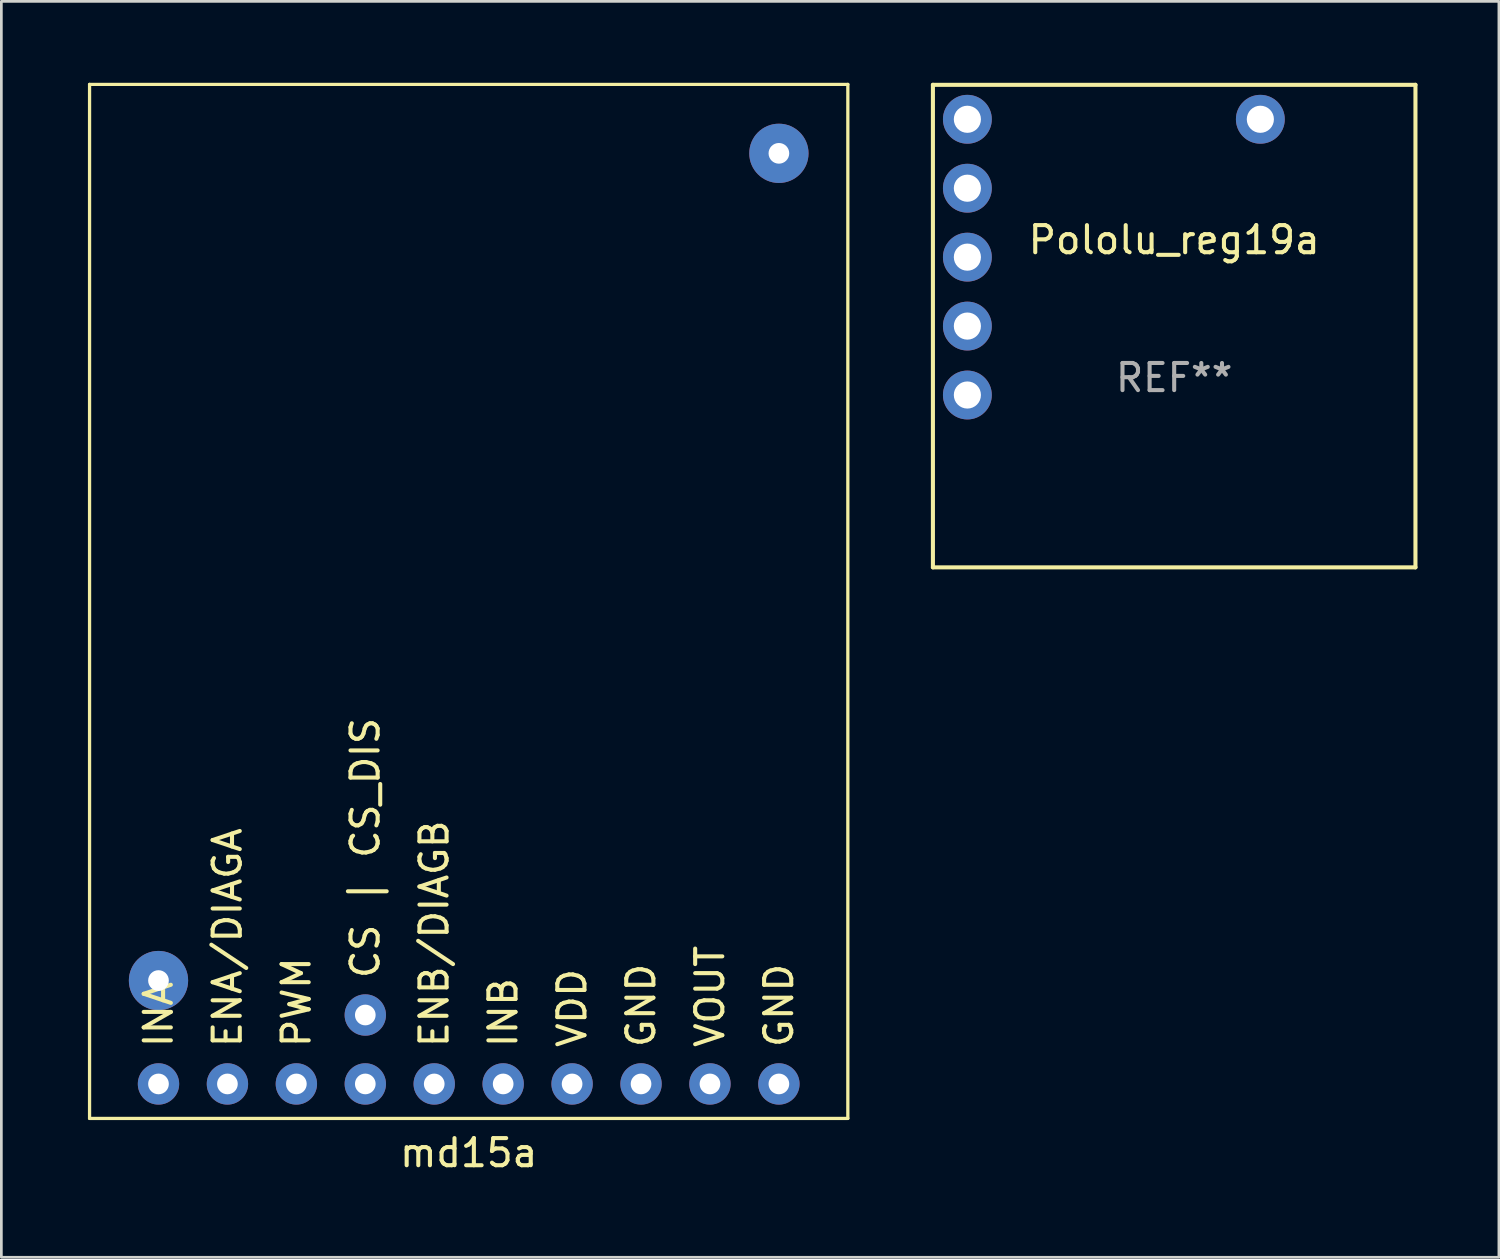
<source format=kicad_pcb>
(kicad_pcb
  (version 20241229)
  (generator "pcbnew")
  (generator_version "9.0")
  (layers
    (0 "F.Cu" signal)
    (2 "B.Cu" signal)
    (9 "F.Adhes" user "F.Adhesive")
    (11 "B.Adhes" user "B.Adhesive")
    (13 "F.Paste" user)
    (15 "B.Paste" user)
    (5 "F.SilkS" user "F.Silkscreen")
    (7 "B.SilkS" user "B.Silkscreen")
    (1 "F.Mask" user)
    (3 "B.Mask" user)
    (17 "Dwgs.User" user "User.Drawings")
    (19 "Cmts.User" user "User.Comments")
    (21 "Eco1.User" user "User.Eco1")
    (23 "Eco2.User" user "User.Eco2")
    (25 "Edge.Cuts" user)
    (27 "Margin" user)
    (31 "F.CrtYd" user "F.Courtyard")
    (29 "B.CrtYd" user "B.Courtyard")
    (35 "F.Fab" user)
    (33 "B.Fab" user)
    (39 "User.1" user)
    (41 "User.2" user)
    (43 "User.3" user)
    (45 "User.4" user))
  (footprint "Pololu_reg19a"
    (layer "F.Cu")
    (at 40.215 8.33)
    (property "Reference" "Pololu_reg19a" (at 0 -2.54 0) (layer "F.SilkS") (effects (font (size 1 1) (thickness 0.15))))
    (attr through_hole)
    (fp_line (start -8.89 -8.255) (end 8.89 -8.255) (stroke (width 0.15) (type solid)) (layer "F.SilkS"))
    (fp_line (start -8.89 9.525) (end -8.89 -8.255) (stroke (width 0.15) (type solid)) (layer "F.SilkS"))
    (fp_line (start 8.89 -8.255) (end 8.89 9.525) (stroke (width 0.15) (type solid)) (layer "F.SilkS"))
    (fp_line (start 8.89 9.525) (end -8.89 9.525) (stroke (width 0.15) (type solid)) (layer "F.SilkS"))
    (fp_text user "REF**" (at 0 2.54 0) (layer "F.Fab") (effects (font (size 1 1) (thickness 0.15))))
    (pad "1" thru_hole circle (at -7.62 -6.985) (size 1.8 1.8) (drill 1) (layers "*.Cu" "*.Mask"))
    (pad "2" thru_hole circle (at -7.62 -4.445) (size 1.8 1.8) (drill 1) (layers "*.Cu" "*.Mask"))
    (pad "3" thru_hole circle (at -7.62 -1.905) (size 1.8 1.8) (drill 1) (layers "*.Cu" "*.Mask"))
    (pad "4" thru_hole circle (at -7.62 0.635) (size 1.8 1.8) (drill 1) (layers "*.Cu" "*.Mask"))
    (pad "5" thru_hole circle (at -7.62 3.175) (size 1.8 1.8) (drill 1) (layers "*.Cu" "*.Mask"))
    (pad "6" thru_hole circle (at 3.175 -6.985) (size 1.8 1.8) (drill 1) (layers "*.Cu" "*.Mask")))
  (footprint "md15a"
    (layer "F.Cu")
    (at 0.25 38.16)
    (property "Reference" "md15a" (at 13.97 1.27 0) (layer "F.SilkS") (effects (font (size 1 1) (thickness 0.15))))
    (attr through_hole)
    (fp_line (start 0 -38.1) (end 0 0) (stroke (width 0.12) (type solid)) (layer "F.SilkS"))
    (fp_line (start 0 0) (end 27.94 0) (stroke (width 0.12) (type solid)) (layer "F.SilkS"))
    (fp_line (start 27.94 -38.1) (end 0 -38.1) (stroke (width 0.12) (type solid)) (layer "F.SilkS"))
    (fp_line (start 27.94 0) (end 27.94 -38.1) (stroke (width 0.12) (type solid)) (layer "F.SilkS"))
    (fp_text user "ENA/DIAGA" (at 5.08 -2.54 90) (layer "F.SilkS") (effects (font (size 1 1) (thickness 0.15)) (justify left)))
    (fp_text user "GND" (at 20.32 -2.54 90) (layer "F.SilkS") (effects (font (size 1 1) (thickness 0.15)) (justify left)))
    (fp_text user "PWM" (at 7.62 -2.54 90) (layer "F.SilkS") (effects (font (size 1 1) (thickness 0.15)) (justify left)))
    (fp_text user "INB" (at 15.24 -2.54 90) (layer "F.SilkS") (effects (font (size 1 1) (thickness 0.15)) (justify left)))
    (fp_text user "VDD" (at 17.78 -2.54 90) (layer "F.SilkS") (effects (font (size 1 1) (thickness 0.15)) (justify left)))
    (fp_text user "VOUT" (at 22.86 -2.54 90) (layer "F.SilkS") (effects (font (size 1 1) (thickness 0.15)) (justify left)))
    (fp_text user "GND" (at 25.4 -2.54 90) (layer "F.SilkS") (effects (font (size 1 1) (thickness 0.15)) (justify left)))
    (fp_text user "INA" (at 2.54 -2.54 90) (layer "F.SilkS") (effects (font (size 1 1) (thickness 0.15)) (justify left)))
    (fp_text user "ENB/DIAGB" (at 12.7 -2.54 90) (layer "F.SilkS") (effects (font (size 1 1) (thickness 0.15)) (justify left)))
    (fp_text user "CS | CS_DIS" (at 10.16 -5.08 90) (layer "F.SilkS") (effects (font (size 1 1) (thickness 0.15)) (justify left)))
    (pad "" np_thru_hole circle (at 2.54 -5.08) (size 2.184 2.184) (drill 0.762) (layers "*.Cu" "*.Mask"))
    (pad "" np_thru_hole circle (at 25.4 -35.56) (size 2.184 2.184) (drill 0.762) (layers "*.Cu" "*.Mask"))
    (pad "1" thru_hole circle (at 2.54 -1.27) (size 1.524 1.524) (drill 0.762) (layers "*.Cu" "*.Mask"))
    (pad "2" thru_hole circle (at 5.08 -1.27) (size 1.524 1.524) (drill 0.762) (layers "*.Cu" "*.Mask"))
    (pad "3" thru_hole circle (at 7.62 -1.27) (size 1.524 1.524) (drill 0.762) (layers "*.Cu" "*.Mask"))
    (pad "4" thru_hole circle (at 10.16 -1.27) (size 1.524 1.524) (drill 0.762) (layers "*.Cu" "*.Mask"))
    (pad "5" thru_hole circle (at 12.7 -1.27) (size 1.524 1.524) (drill 0.762) (layers "*.Cu" "*.Mask"))
    (pad "6" thru_hole circle (at 15.24 -1.27) (size 1.524 1.524) (drill 0.762) (layers "*.Cu" "*.Mask"))
    (pad "7" thru_hole circle (at 17.78 -1.27) (size 1.524 1.524) (drill 0.762) (layers "*.Cu" "*.Mask"))
    (pad "8" thru_hole circle (at 20.32 -1.27) (size 1.524 1.524) (drill 0.762) (layers "*.Cu" "*.Mask"))
    (pad "9" thru_hole circle (at 22.86 -1.27) (size 1.524 1.524) (drill 0.762) (layers "*.Cu" "*.Mask"))
    (pad "10" thru_hole circle (at 25.4 -1.27) (size 1.524 1.524) (drill 0.762) (layers "*.Cu" "*.Mask"))
    (pad "11" thru_hole circle (at 10.16 -3.81) (size 1.524 1.524) (drill 0.762) (layers "*.Cu" "*.Mask")))
  (gr_rect
    (start -3 -3)
    (end 52.18 43.278)
    (stroke (width 0.1) (type default))
    (fill no)
    (layer "Edge.Cuts")))
</source>
